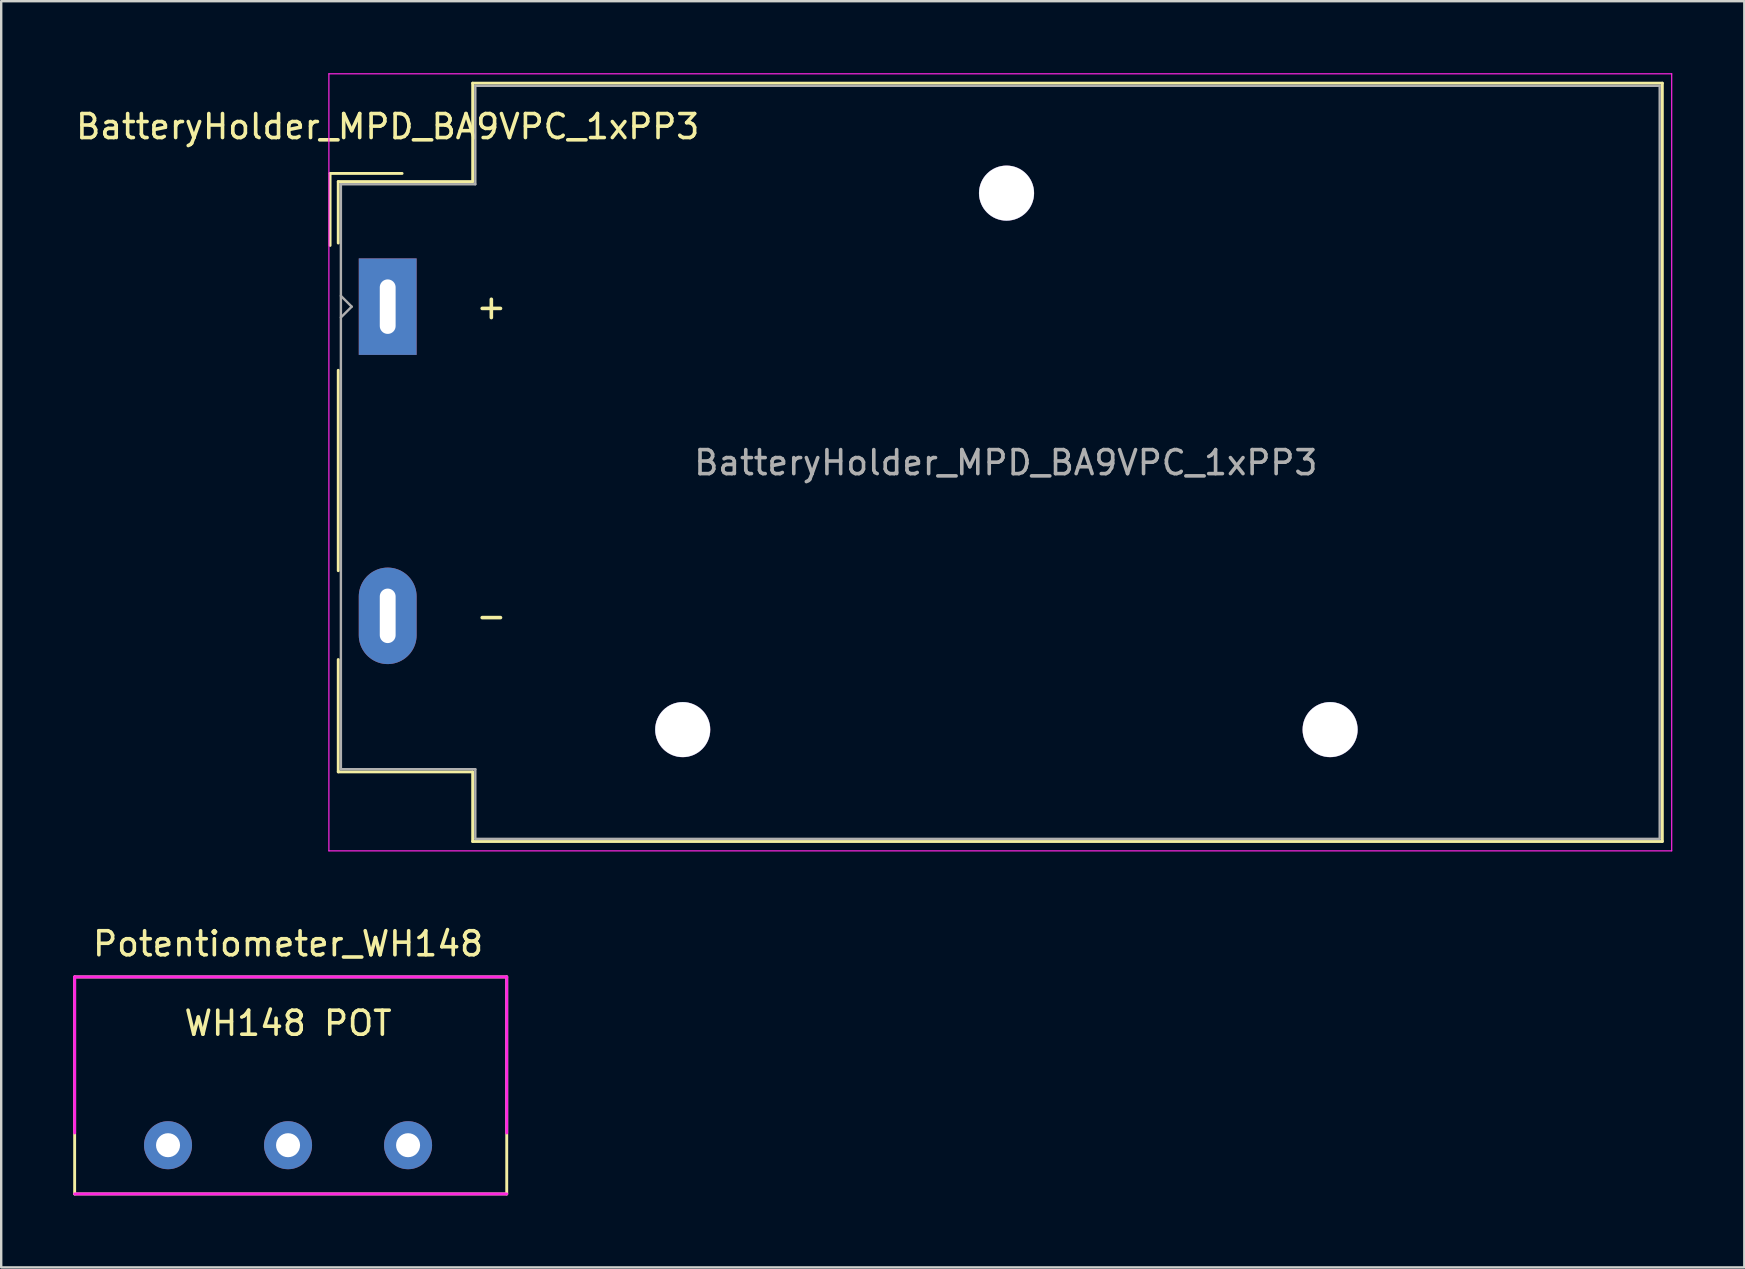
<source format=kicad_pcb>
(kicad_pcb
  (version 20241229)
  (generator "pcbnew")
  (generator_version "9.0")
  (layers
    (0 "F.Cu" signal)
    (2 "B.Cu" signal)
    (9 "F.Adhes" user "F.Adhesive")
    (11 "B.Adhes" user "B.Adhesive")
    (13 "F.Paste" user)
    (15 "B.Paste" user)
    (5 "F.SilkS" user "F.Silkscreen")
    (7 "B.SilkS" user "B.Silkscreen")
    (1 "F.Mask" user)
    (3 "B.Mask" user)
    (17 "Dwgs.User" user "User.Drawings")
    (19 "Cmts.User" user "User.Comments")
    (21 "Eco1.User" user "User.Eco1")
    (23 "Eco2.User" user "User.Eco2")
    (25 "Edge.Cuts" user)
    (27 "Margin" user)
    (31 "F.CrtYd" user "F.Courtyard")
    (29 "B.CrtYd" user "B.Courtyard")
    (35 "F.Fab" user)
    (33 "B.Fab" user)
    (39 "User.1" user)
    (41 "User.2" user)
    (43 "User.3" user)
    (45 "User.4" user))
  (footprint "Potentiometer_WH148"
    (layer "F.Cu")
    (at 8.95 35.768)
    (property "Reference" "Potentiometer_WH148" (at 0 0.5 0) (layer "F.SilkS") (effects (font (size 1 1) (thickness 0.15))))
    (attr through_hole)
    (fp_line (start -8.89 1.88) (end 9.11 1.88) (stroke (width 0.12) (type solid)) (layer "F.SilkS"))
    (fp_line (start -8.89 10.92) (end -8.89 1.88) (stroke (width 0.12) (type solid)) (layer "F.SilkS"))
    (fp_line (start -8.89 10.92) (end 9.11 10.92) (stroke (width 0.12) (type solid)) (layer "F.SilkS"))
    (fp_line (start 9.11 10.92) (end 9.11 1.88) (stroke (width 0.12) (type solid)) (layer "F.SilkS"))
    (fp_line (start -8.89 1.88) (end 9.11 1.88) (stroke (width 0.12) (type solid)) (layer "F.CrtYd"))
    (fp_line (start -8.89 8.38) (end -8.89 1.88) (stroke (width 0.12) (type solid)) (layer "F.CrtYd"))
    (fp_line (start -8.89 10.92) (end 9.11 10.92) (stroke (width 0.12) (type solid)) (layer "F.CrtYd"))
    (fp_line (start 9.11 8.38) (end 9.11 1.88) (stroke (width 0.12) (type solid)) (layer "F.CrtYd"))
    (fp_text user "WH148 POT" (at 0 3.81 0) (layer "F.SilkS") (effects (font (size 1 1) (thickness 0.15))))
    (pad "1" thru_hole circle (at -5 8.89) (size 2 2) (drill 1) (layers "*.Cu" "*.Mask"))
    (pad "2" thru_hole circle (at 0 8.89) (size 2 2) (drill 1) (layers "*.Cu" "*.Mask"))
    (pad "3" thru_hole circle (at 5 8.89) (size 2 2) (drill 1) (layers "*.Cu" "*.Mask")))
  (footprint "BatteryHolder_MPD_BA9VPC_1xPP3"
    (layer "F.Cu")
    (at 13.101 9.725)
    (property "Reference" "BatteryHolder_MPD_BA9VPC_1xPP3" (at 0 -7.5 0) (layer "F.SilkS") (effects (font (size 1 1) (thickness 0.15))))
    (attr through_hole)
    (fp_line (start -2.4 -5.55) (end -2.4 -2.55) (stroke (width 0.12) (type solid)) (layer "F.SilkS"))
    (fp_line (start -2.4 -5.55) (end 0.6 -5.55) (stroke (width 0.12) (type solid)) (layer "F.SilkS"))
    (fp_line (start -2.06 -5.21) (end -2.06 -2.65) (stroke (width 0.12) (type solid)) (layer "F.SilkS"))
    (fp_line (start -2.06 2.65) (end -2.06 11) (stroke (width 0.12) (type solid)) (layer "F.SilkS"))
    (fp_line (start -2.06 19.38) (end -2.06 14.7) (stroke (width 0.12) (type solid)) (layer "F.SilkS"))
    (fp_line (start 3.54 -9.31) (end 3.54 -5.21) (stroke (width 0.12) (type solid)) (layer "F.SilkS"))
    (fp_line (start 3.54 -5.21) (end -2.06 -5.21) (stroke (width 0.12) (type solid)) (layer "F.SilkS"))
    (fp_line (start 3.54 19.38) (end -2.06 19.38) (stroke (width 0.12) (type solid)) (layer "F.SilkS"))
    (fp_line (start 3.54 22.28) (end 3.54 19.38) (stroke (width 0.12) (type solid)) (layer "F.SilkS"))
    (fp_line (start 53.1 -9.31) (end 3.54 -9.31) (stroke (width 0.12) (type solid)) (layer "F.SilkS"))
    (fp_line (start 53.1 22.28) (end 3.54 22.28) (stroke (width 0.12) (type solid)) (layer "F.SilkS"))
    (fp_line (start 53.1 22.28) (end 53.1 -9.31) (stroke (width 0.12) (type solid)) (layer "F.SilkS"))
    (fp_line (start -2.45 -9.7) (end -2.45 22.67) (stroke (width 0.05) (type solid)) (layer "F.CrtYd"))
    (fp_line (start -2.45 -9.7) (end 53.49 -9.7) (stroke (width 0.05) (type solid)) (layer "F.CrtYd"))
    (fp_line (start -2.45 22.67) (end 53.49 22.67) (stroke (width 0.05) (type solid)) (layer "F.CrtYd"))
    (fp_line (start 53.49 22.67) (end 53.49 -9.7) (stroke (width 0.05) (type solid)) (layer "F.CrtYd"))
    (fp_line (start -1.95 0.45) (end -1.5 0) (stroke (width 0.1) (type solid)) (layer "F.Fab"))
    (fp_line (start -1.95 19.27) (end -1.95 -5.1) (stroke (width 0.1) (type solid)) (layer "F.Fab"))
    (fp_line (start -1.5 0) (end -1.95 -0.45) (stroke (width 0.1) (type solid)) (layer "F.Fab"))
    (fp_line (start 3.65 -9.2) (end 52.99 -9.2) (stroke (width 0.1) (type solid)) (layer "F.Fab"))
    (fp_line (start 3.65 -5.1) (end -1.95 -5.1) (stroke (width 0.1) (type solid)) (layer "F.Fab"))
    (fp_line (start 3.65 -5.1) (end 3.65 -9.2) (stroke (width 0.1) (type solid)) (layer "F.Fab"))
    (fp_line (start 3.65 19.27) (end -1.95 19.27) (stroke (width 0.1) (type solid)) (layer "F.Fab"))
    (fp_line (start 3.65 22.17) (end 3.65 19.27) (stroke (width 0.1) (type solid)) (layer "F.Fab"))
    (fp_line (start 3.65 22.17) (end 52.99 22.17) (stroke (width 0.1) (type solid)) (layer "F.Fab"))
    (fp_line (start 52.99 22.17) (end 52.99 -9.2) (stroke (width 0.1) (type solid)) (layer "F.Fab"))
    (fp_text user "-" (at 3.6 12.88 0) (layer "F.SilkS") (effects (font (size 1 1) (thickness 0.15)) (justify left)))
    (fp_text user "+" (at 3.6 0 0) (layer "F.SilkS") (effects (font (size 1 1) (thickness 0.15)) (justify left)))
    (fp_text user "${REFERENCE}" (at 25.75 6.5 0) (layer "F.Fab") (effects (font (size 1 1) (thickness 0.15))))
    (pad "" np_thru_hole circle (at 12.29 17.62) (size 2.3 2.3) (drill 2.29) (layers "*.Cu" "*.Mask"))
    (pad "" np_thru_hole circle (at 25.78 -4.73) (size 2.3 2.3) (drill 2.29) (layers "*.Cu" "*.Mask"))
    (pad "" np_thru_hole circle (at 39.26 17.62) (size 2.3 2.3) (drill 2.29) (layers "*.Cu" "*.Mask"))
    (pad "1" thru_hole rect (at 0 0) (size 2.41 4.02) (drill oval 0.66 2.27) (layers "*.Cu" "*.Mask"))
    (pad "2" thru_hole oval (at 0 12.88) (size 2.41 4.02) (drill oval 0.66 2.27) (layers "*.Cu" "*.Mask")))
  (gr_rect
    (start -3 -3)
    (end 69.616 49.748)
    (stroke (width 0.1) (type default))
    (fill no)
    (layer "Edge.Cuts")))
</source>
